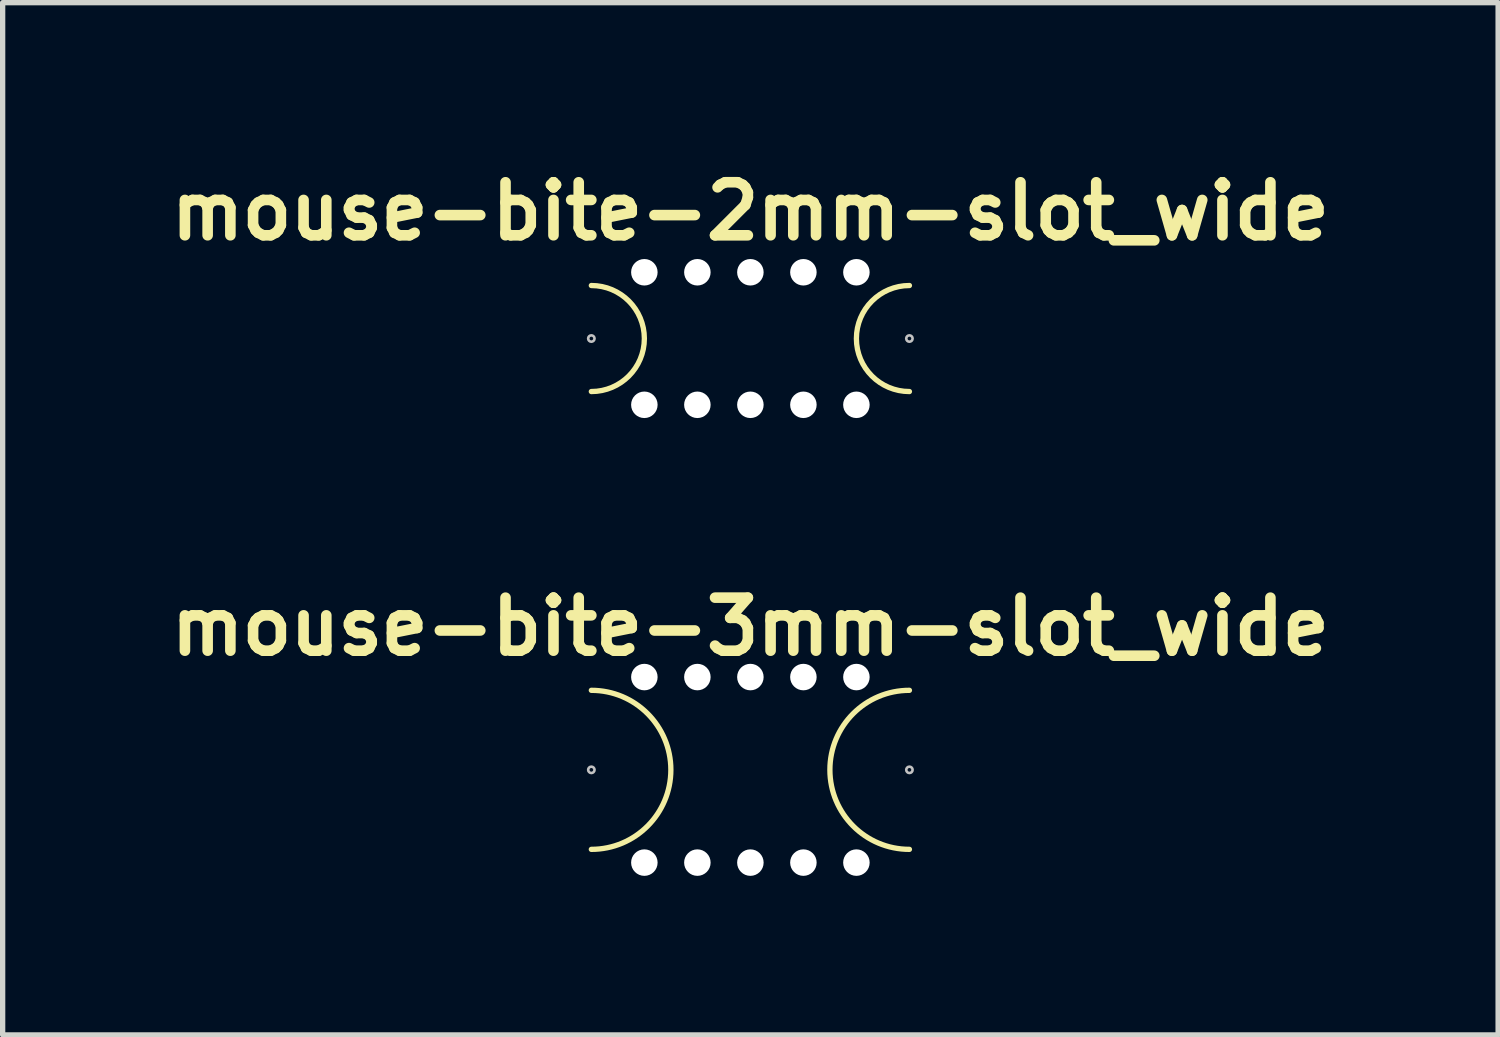
<source format=kicad_pcb>
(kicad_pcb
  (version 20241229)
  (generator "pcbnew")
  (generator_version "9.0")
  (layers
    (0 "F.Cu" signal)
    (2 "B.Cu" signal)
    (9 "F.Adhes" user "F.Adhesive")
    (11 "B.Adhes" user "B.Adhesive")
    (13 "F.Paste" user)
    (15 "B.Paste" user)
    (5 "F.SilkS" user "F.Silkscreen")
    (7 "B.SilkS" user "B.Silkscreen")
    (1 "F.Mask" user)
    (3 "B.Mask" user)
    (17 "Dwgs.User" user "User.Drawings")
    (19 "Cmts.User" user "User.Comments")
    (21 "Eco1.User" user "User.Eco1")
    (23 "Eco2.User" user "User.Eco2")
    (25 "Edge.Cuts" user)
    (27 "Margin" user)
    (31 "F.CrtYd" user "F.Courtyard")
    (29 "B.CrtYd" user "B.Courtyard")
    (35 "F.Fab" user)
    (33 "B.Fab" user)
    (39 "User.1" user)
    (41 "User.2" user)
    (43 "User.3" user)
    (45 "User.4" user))
  (footprint "mouse-bite-3mm-slot_wide"
    (layer "F.Cu")
    (at 11.105 11.972)
    (property "Reference" "mouse-bite-3mm-slot_wide" (at 0 -3.2 0) (layer "F.SilkS") (effects (font (size 1 1) (thickness 0.2))))
    (attr through_hole)
    (fp_arc (start -3 -2) (mid -1.5 -0.5) (end -3 1) (stroke (width 0.1) (type solid)) (layer "F.SilkS"))
    (fp_arc (start 3 1) (mid 1.5 -0.5) (end 3 -2) (stroke (width 0.1) (type solid)) (layer "F.SilkS"))
    (fp_circle (center -3 -0.5) (end -3 -0.56) (stroke (width 0.05) (type solid)) (fill no) (layer "Dwgs.User"))
    (fp_circle (center 3 -0.5) (end 3.06 -0.5) (stroke (width 0.05) (type solid)) (fill no) (layer "Dwgs.User"))
    (fp_line (start -3 -0.5) (end -3 -0.5) (stroke (width 3) (type solid)) (layer "Eco1.User"))
    (fp_line (start 3 -0.5) (end 3 -0.5) (stroke (width 3) (type solid)) (layer "Eco1.User"))
    (pad "" np_thru_hole circle (at -2 -2.25) (size 0.5 0.5) (drill 0.5) (layers "*.Cu" "*.Mask"))
    (pad "" np_thru_hole circle (at -2 1.25) (size 0.5 0.5) (drill 0.5) (layers "*.Cu" "*.Mask"))
    (pad "" np_thru_hole circle (at -1 -2.25) (size 0.5 0.5) (drill 0.5) (layers "*.Cu" "*.Mask"))
    (pad "" np_thru_hole circle (at -1 1.25) (size 0.5 0.5) (drill 0.5) (layers "*.Cu" "*.Mask"))
    (pad "" np_thru_hole circle (at 0 -2.25) (size 0.5 0.5) (drill 0.5) (layers "*.Cu" "*.Mask"))
    (pad "" np_thru_hole circle (at 0 1.25) (size 0.5 0.5) (drill 0.5) (layers "*.Cu" "*.Mask"))
    (pad "" np_thru_hole circle (at 1 -2.25) (size 0.5 0.5) (drill 0.5) (layers "*.Cu" "*.Mask"))
    (pad "" np_thru_hole circle (at 1 1.25) (size 0.5 0.5) (drill 0.5) (layers "*.Cu" "*.Mask"))
    (pad "" np_thru_hole circle (at 2 -2.25) (size 0.5 0.5) (drill 0.5) (layers "*.Cu" "*.Mask"))
    (pad "" np_thru_hole circle (at 2 1.25) (size 0.5 0.5) (drill 0.5) (layers "*.Cu" "*.Mask")))
  (footprint "mouse-bite-2mm-slot_wide"
    (layer "F.Cu")
    (at 11.105 3.336)
    (property "Reference" "mouse-bite-2mm-slot_wide" (at 0 -2.4 0) (layer "F.SilkS") (effects (font (size 1 1) (thickness 0.2))))
    (attr through_hole)
    (fp_arc (start -3 -1) (mid -2 0) (end -3 1) (stroke (width 0.1) (type solid)) (layer "F.SilkS"))
    (fp_arc (start 3 1) (mid 2 0) (end 3 -1) (stroke (width 0.1) (type solid)) (layer "F.SilkS"))
    (fp_circle (center -3 0) (end -3 -0.06) (stroke (width 0.05) (type solid)) (fill no) (layer "Dwgs.User"))
    (fp_circle (center 3 0) (end 3.06 0) (stroke (width 0.05) (type solid)) (fill no) (layer "Dwgs.User"))
    (fp_line (start -3 0) (end -3 0) (stroke (width 2) (type solid)) (layer "Eco1.User"))
    (fp_line (start 3 0) (end 3 0) (stroke (width 2) (type solid)) (layer "Eco1.User"))
    (pad "" np_thru_hole circle (at -2 -1.25) (size 0.5 0.5) (drill 0.5) (layers "*.Cu" "*.Mask"))
    (pad "" np_thru_hole circle (at -2 1.25) (size 0.5 0.5) (drill 0.5) (layers "*.Cu" "*.Mask"))
    (pad "" np_thru_hole circle (at -1 -1.25) (size 0.5 0.5) (drill 0.5) (layers "*.Cu" "*.Mask"))
    (pad "" np_thru_hole circle (at -1 1.25) (size 0.5 0.5) (drill 0.5) (layers "*.Cu" "*.Mask"))
    (pad "" np_thru_hole circle (at 0 -1.25) (size 0.5 0.5) (drill 0.5) (layers "*.Cu" "*.Mask"))
    (pad "" np_thru_hole circle (at 0 1.25) (size 0.5 0.5) (drill 0.5) (layers "*.Cu" "*.Mask"))
    (pad "" np_thru_hole circle (at 1 -1.25) (size 0.5 0.5) (drill 0.5) (layers "*.Cu" "*.Mask"))
    (pad "" np_thru_hole circle (at 1 1.25) (size 0.5 0.5) (drill 0.5) (layers "*.Cu" "*.Mask"))
    (pad "" np_thru_hole circle (at 2 -1.25) (size 0.5 0.5) (drill 0.5) (layers "*.Cu" "*.Mask"))
    (pad "" np_thru_hole circle (at 2 1.25) (size 0.5 0.5) (drill 0.5) (layers "*.Cu" "*.Mask")))
  (gr_rect
    (start -3 -3)
    (end 25.21 16.472)
    (stroke (width 0.1) (type default))
    (fill no)
    (layer "Edge.Cuts")))
</source>
